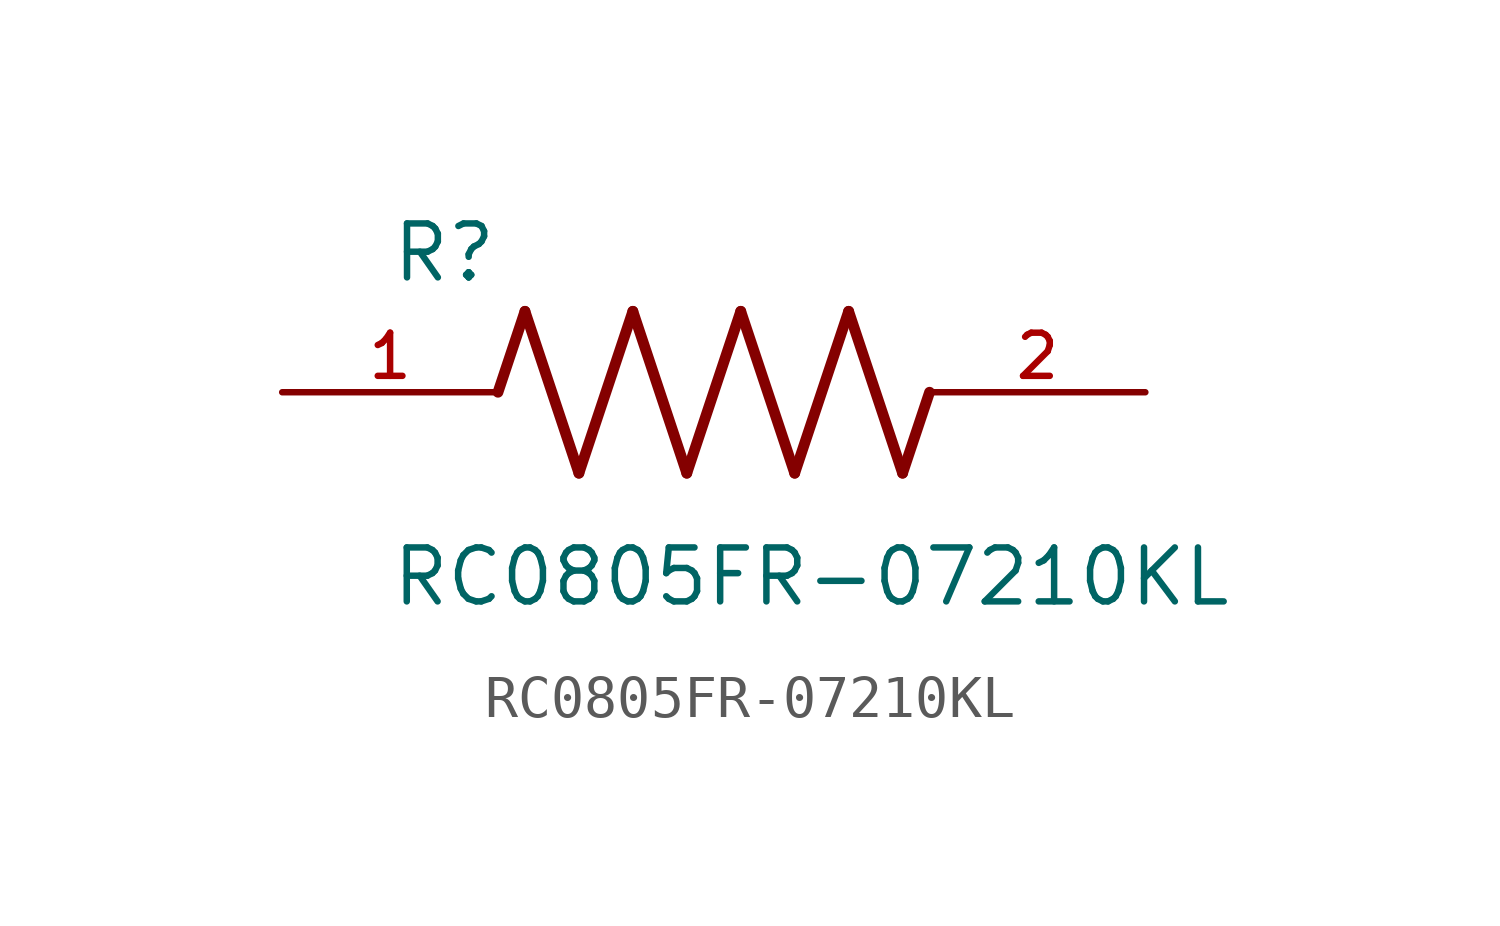
<source format=kicad_sym>
(kicad_symbol_lib
  (version 20211014)
  (generator kicad_symbol_editor)
  (symbol "RC0805FR-07210KL"
    (pin_names
      (offset 1.016))
    (property "Reference" "R"
      (at -7.624 2.541 0)
      (effects (font (size 1.27 1.27)) (justify bottom left)))
    (property "Value" "RC0805FR-07210KL"
      (at -7.63 -5.087 0)
      (effects (font (size 1.27 1.27)) (justify bottom left)))
    (symbol "RC0805FR-07210KL_0_0"
      (polyline (pts (xy -5.08 0.0) (xy -4.445 1.905)) (stroke (width 0.254)))
      (polyline (pts (xy -4.445 1.905) (xy -3.175 -1.905)) (stroke (width 0.254)))
      (polyline (pts (xy -3.175 -1.905) (xy -1.905 1.905)) (stroke (width 0.254)))
      (polyline (pts (xy -1.905 1.905) (xy -0.635 -1.905)) (stroke (width 0.254)))
      (polyline (pts (xy -0.635 -1.905) (xy 0.635 1.905)) (stroke (width 0.254)))
      (polyline (pts (xy 0.635 1.905) (xy 1.905 -1.905)) (stroke (width 0.254)))
      (polyline (pts (xy 1.905 -1.905) (xy 3.175 1.905)) (stroke (width 0.254)))
      (polyline (pts (xy 3.175 1.905) (xy 4.445 -1.905)) (stroke (width 0.254)))
      (polyline (pts (xy 4.445 -1.905) (xy 5.08 0.0)) (stroke (width 0.254)))
      (pin passive line (at -10.16 0.0 0) (length 5.08) (name "~" (effects (font (size 1.016 1.016)))) (number "1" (effects (font (size 1.016 1.016)))))
      (pin passive line (at 10.16 0.0 180.0) (length 5.08) (name "~" (effects (font (size 1.016 1.016)))) (number "2" (effects (font (size 1.016 1.016))))))))
</source>
